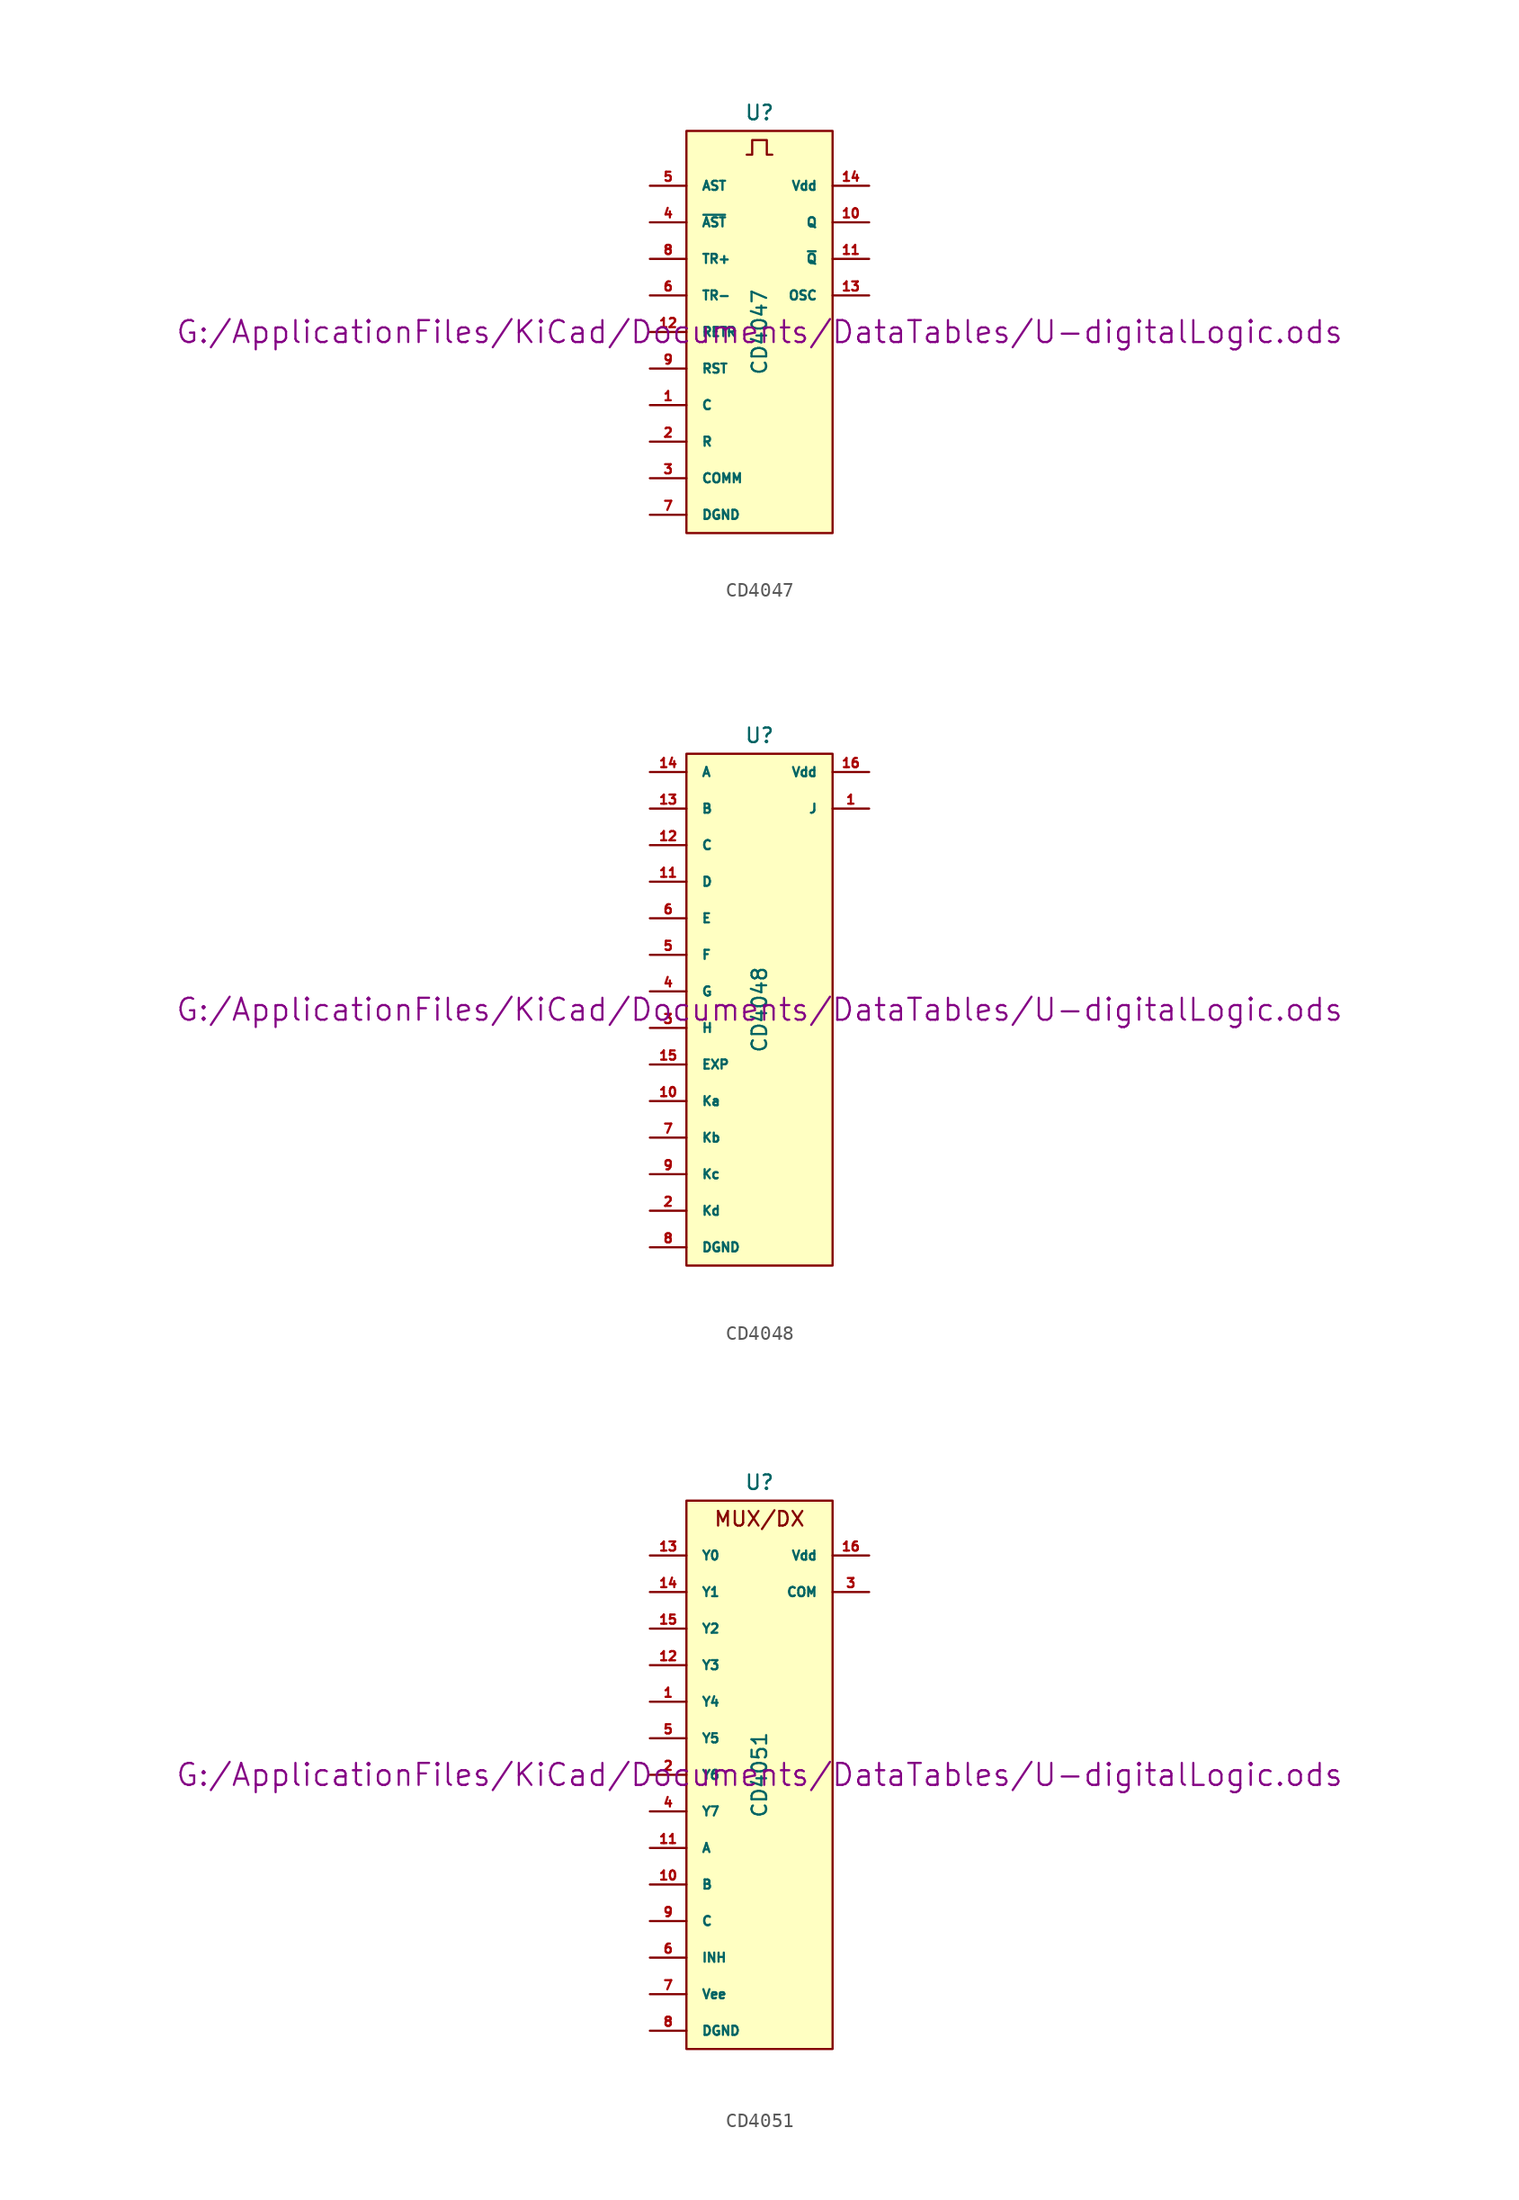
<source format=kicad_sym>
(kicad_symbol_lib
  (version 20211014)
  (generator kicad_symbol_editor)
  (symbol "CD4047"
    (pin_names
      (offset 1.016))
    (property "Reference" "U"
      (at 0 15.24 0)
      (effects (font (size 1.016 1.016))))
    (property "Value" "CD4047"
      (at 0 0 90)
      (effects (font (size 1.016 1.016))))
    (property "Footprint" ""
      (at 0 0 0)
      (effects (font (size 1.524 1.524))))
    (property "Datasheet" "G:/ApplicationFiles/KiCad/Documents/DataTables/U-digitalLogic.ods"
      (at 0 0 0)
      (effects (font (size 1.524 1.524))))
    (symbol "CD4047_0_0"
      (polyline (pts (xy -0.889 12.319) (xy -0.508 12.319) (xy -0.508 13.335) (xy 0.508 13.335) (xy 0.508 12.319) (xy 0.889 12.319)) (stroke (width 0) (type default) (color 0 0 0 0)) (fill (type none))))
    (symbol "CD4047_0_1"
      (rectangle (start -5.08 13.97) (end 5.08 -13.97) (stroke (width 0) (type default) (color 0 0 0 0)) (fill (type background))))
    (symbol "CD4047_1_1"
      (pin input line (at -7.62 -5.08 0) (length 2.54) (name "C" (effects (font (size 0.635 0.635)))) (number "1" (effects (font (size 0.635 0.635)))))
      (pin output line (at 7.62 7.62 180) (length 2.54) (name "Q" (effects (font (size 0.635 0.635)))) (number "10" (effects (font (size 0.635 0.635)))))
      (pin output line (at 7.62 5.08 180) (length 2.54) (name "~{Q}" (effects (font (size 0.635 0.635)))) (number "11" (effects (font (size 0.635 0.635)))))
      (pin input line (at -7.62 0 0) (length 2.54) (name "RETR" (effects (font (size 0.635 0.635)))) (number "12" (effects (font (size 0.635 0.635)))))
      (pin output line (at 7.62 2.54 180) (length 2.54) (name "OSC" (effects (font (size 0.635 0.635)))) (number "13" (effects (font (size 0.635 0.635)))))
      (pin power_in line (at 7.62 10.16 180) (length 2.54) (name "Vdd" (effects (font (size 0.635 0.635)))) (number "14" (effects (font (size 0.635 0.635)))))
      (pin input line (at -7.62 -7.62 0) (length 2.54) (name "R" (effects (font (size 0.635 0.635)))) (number "2" (effects (font (size 0.635 0.635)))))
      (pin input line (at -7.62 -10.16 0) (length 2.54) (name "COMM" (effects (font (size 0.635 0.635)))) (number "3" (effects (font (size 0.635 0.635)))))
      (pin input line (at -7.62 7.62 0) (length 2.54) (name "~{AST}" (effects (font (size 0.635 0.635)))) (number "4" (effects (font (size 0.635 0.635)))))
      (pin input line (at -7.62 10.16 0) (length 2.54) (name "AST" (effects (font (size 0.635 0.635)))) (number "5" (effects (font (size 0.635 0.635)))))
      (pin input line (at -7.62 2.54 0) (length 2.54) (name "TR-" (effects (font (size 0.635 0.635)))) (number "6" (effects (font (size 0.635 0.635)))))
      (pin power_in line (at -7.62 -12.7 0) (length 2.54) (name "DGND" (effects (font (size 0.635 0.635)))) (number "7" (effects (font (size 0.635 0.635)))))
      (pin input line (at -7.62 5.08 0) (length 2.54) (name "TR+" (effects (font (size 0.635 0.635)))) (number "8" (effects (font (size 0.635 0.635)))))
      (pin input line (at -7.62 -2.54 0) (length 2.54) (name "RST" (effects (font (size 0.635 0.635)))) (number "9" (effects (font (size 0.635 0.635)))))))
  (symbol "CD4048"
    (pin_names
      (offset 1.016))
    (property "Reference" "U"
      (at 0 19.05 0)
      (effects (font (size 1.016 1.016))))
    (property "Value" "CD4048"
      (at 0 0 90)
      (effects (font (size 1.016 1.016))))
    (property "Footprint" ""
      (at 0 0 0)
      (effects (font (size 1.524 1.524))))
    (property "Datasheet" "G:/ApplicationFiles/KiCad/Documents/DataTables/U-digitalLogic.ods"
      (at 0 0 0)
      (effects (font (size 1.524 1.524))))
    (symbol "CD4048_0_1"
      (rectangle (start -5.08 17.78) (end 5.08 -17.78) (stroke (width 0) (type default) (color 0 0 0 0)) (fill (type background))))
    (symbol "CD4048_1_1"
      (pin output line (at 7.62 13.97 180) (length 2.54) (name "J" (effects (font (size 0.635 0.635)))) (number "1" (effects (font (size 0.635 0.635)))))
      (pin input line (at -7.62 -6.35 0) (length 2.54) (name "Ka" (effects (font (size 0.635 0.635)))) (number "10" (effects (font (size 0.635 0.635)))))
      (pin input line (at -7.62 8.89 0) (length 2.54) (name "D" (effects (font (size 0.635 0.635)))) (number "11" (effects (font (size 0.635 0.635)))))
      (pin input line (at -7.62 11.43 0) (length 2.54) (name "C" (effects (font (size 0.635 0.635)))) (number "12" (effects (font (size 0.635 0.635)))))
      (pin input line (at -7.62 13.97 0) (length 2.54) (name "B" (effects (font (size 0.635 0.635)))) (number "13" (effects (font (size 0.635 0.635)))))
      (pin input line (at -7.62 16.51 0) (length 2.54) (name "A" (effects (font (size 0.635 0.635)))) (number "14" (effects (font (size 0.635 0.635)))))
      (pin input line (at -7.62 -3.81 0) (length 2.54) (name "EXP" (effects (font (size 0.635 0.635)))) (number "15" (effects (font (size 0.635 0.635)))))
      (pin power_in line (at 7.62 16.51 180) (length 2.54) (name "Vdd" (effects (font (size 0.635 0.635)))) (number "16" (effects (font (size 0.635 0.635)))))
      (pin input line (at -7.62 -13.97 0) (length 2.54) (name "Kd" (effects (font (size 0.635 0.635)))) (number "2" (effects (font (size 0.635 0.635)))))
      (pin input line (at -7.62 -1.27 0) (length 2.54) (name "H" (effects (font (size 0.635 0.635)))) (number "3" (effects (font (size 0.635 0.635)))))
      (pin input line (at -7.62 1.27 0) (length 2.54) (name "G" (effects (font (size 0.635 0.635)))) (number "4" (effects (font (size 0.635 0.635)))))
      (pin input line (at -7.62 3.81 0) (length 2.54) (name "F" (effects (font (size 0.635 0.635)))) (number "5" (effects (font (size 0.635 0.635)))))
      (pin input line (at -7.62 6.35 0) (length 2.54) (name "E" (effects (font (size 0.635 0.635)))) (number "6" (effects (font (size 0.635 0.635)))))
      (pin input line (at -7.62 -8.89 0) (length 2.54) (name "Kb" (effects (font (size 0.635 0.635)))) (number "7" (effects (font (size 0.635 0.635)))))
      (pin power_in line (at -7.62 -16.51 0) (length 2.54) (name "DGND" (effects (font (size 0.635 0.635)))) (number "8" (effects (font (size 0.635 0.635)))))
      (pin input line (at -7.62 -11.43 0) (length 2.54) (name "Kc" (effects (font (size 0.635 0.635)))) (number "9" (effects (font (size 0.635 0.635)))))))
  (symbol "CD4051"
    (pin_names
      (offset 1.016))
    (property "Reference" "U"
      (at 0 20.32 0)
      (effects (font (size 1.016 1.016))))
    (property "Value" "CD4051"
      (at 0 0 90)
      (effects (font (size 1.016 1.016))))
    (property "Footprint" ""
      (at 0 0 0)
      (effects (font (size 1.524 1.524))))
    (property "Datasheet" "G:/ApplicationFiles/KiCad/Documents/DataTables/U-digitalLogic.ods"
      (at 0 0 0)
      (effects (font (size 1.524 1.524))))
    (symbol "CD4051_0_0"
      (text "MUX/DX" (at 0 17.78 0) (effects (font (size 1.016 1.016)))))
    (symbol "CD4051_0_1"
      (rectangle (start -5.08 19.05) (end 5.08 -19.05) (stroke (width 0) (type default) (color 0 0 0 0)) (fill (type background))))
    (symbol "CD4051_1_1"
      (pin bidirectional line (at -7.62 5.08 0) (length 2.54) (name "Y4" (effects (font (size 0.635 0.635)))) (number "1" (effects (font (size 0.635 0.635)))))
      (pin input line (at -7.62 -7.62 0) (length 2.54) (name "B" (effects (font (size 0.635 0.635)))) (number "10" (effects (font (size 0.635 0.635)))))
      (pin input line (at -7.62 -5.08 0) (length 2.54) (name "A" (effects (font (size 0.635 0.635)))) (number "11" (effects (font (size 0.635 0.635)))))
      (pin bidirectional line (at -7.62 7.62 0) (length 2.54) (name "Y3" (effects (font (size 0.635 0.635)))) (number "12" (effects (font (size 0.635 0.635)))))
      (pin bidirectional line (at -7.62 15.24 0) (length 2.54) (name "Y0" (effects (font (size 0.635 0.635)))) (number "13" (effects (font (size 0.635 0.635)))))
      (pin bidirectional line (at -7.62 12.7 0) (length 2.54) (name "Y1" (effects (font (size 0.635 0.635)))) (number "14" (effects (font (size 0.635 0.635)))))
      (pin bidirectional line (at -7.62 10.16 0) (length 2.54) (name "Y2" (effects (font (size 0.635 0.635)))) (number "15" (effects (font (size 0.635 0.635)))))
      (pin power_in line (at 7.62 15.24 180) (length 2.54) (name "Vdd" (effects (font (size 0.635 0.635)))) (number "16" (effects (font (size 0.635 0.635)))))
      (pin bidirectional line (at -7.62 0 0) (length 2.54) (name "Y6" (effects (font (size 0.635 0.635)))) (number "2" (effects (font (size 0.635 0.635)))))
      (pin bidirectional line (at 7.62 12.7 180) (length 2.54) (name "COM" (effects (font (size 0.635 0.635)))) (number "3" (effects (font (size 0.635 0.635)))))
      (pin bidirectional line (at -7.62 -2.54 0) (length 2.54) (name "Y7" (effects (font (size 0.635 0.635)))) (number "4" (effects (font (size 0.635 0.635)))))
      (pin bidirectional line (at -7.62 2.54 0) (length 2.54) (name "Y5" (effects (font (size 0.635 0.635)))) (number "5" (effects (font (size 0.635 0.635)))))
      (pin input line (at -7.62 -12.7 0) (length 2.54) (name "INH" (effects (font (size 0.635 0.635)))) (number "6" (effects (font (size 0.635 0.635)))))
      (pin power_in line (at -7.62 -15.24 0) (length 2.54) (name "Vee" (effects (font (size 0.635 0.635)))) (number "7" (effects (font (size 0.635 0.635)))))
      (pin power_in line (at -7.62 -17.78 0) (length 2.54) (name "DGND" (effects (font (size 0.635 0.635)))) (number "8" (effects (font (size 0.635 0.635)))))
      (pin input line (at -7.62 -10.16 0) (length 2.54) (name "C" (effects (font (size 0.635 0.635)))) (number "9" (effects (font (size 0.635 0.635))))))))
</source>
